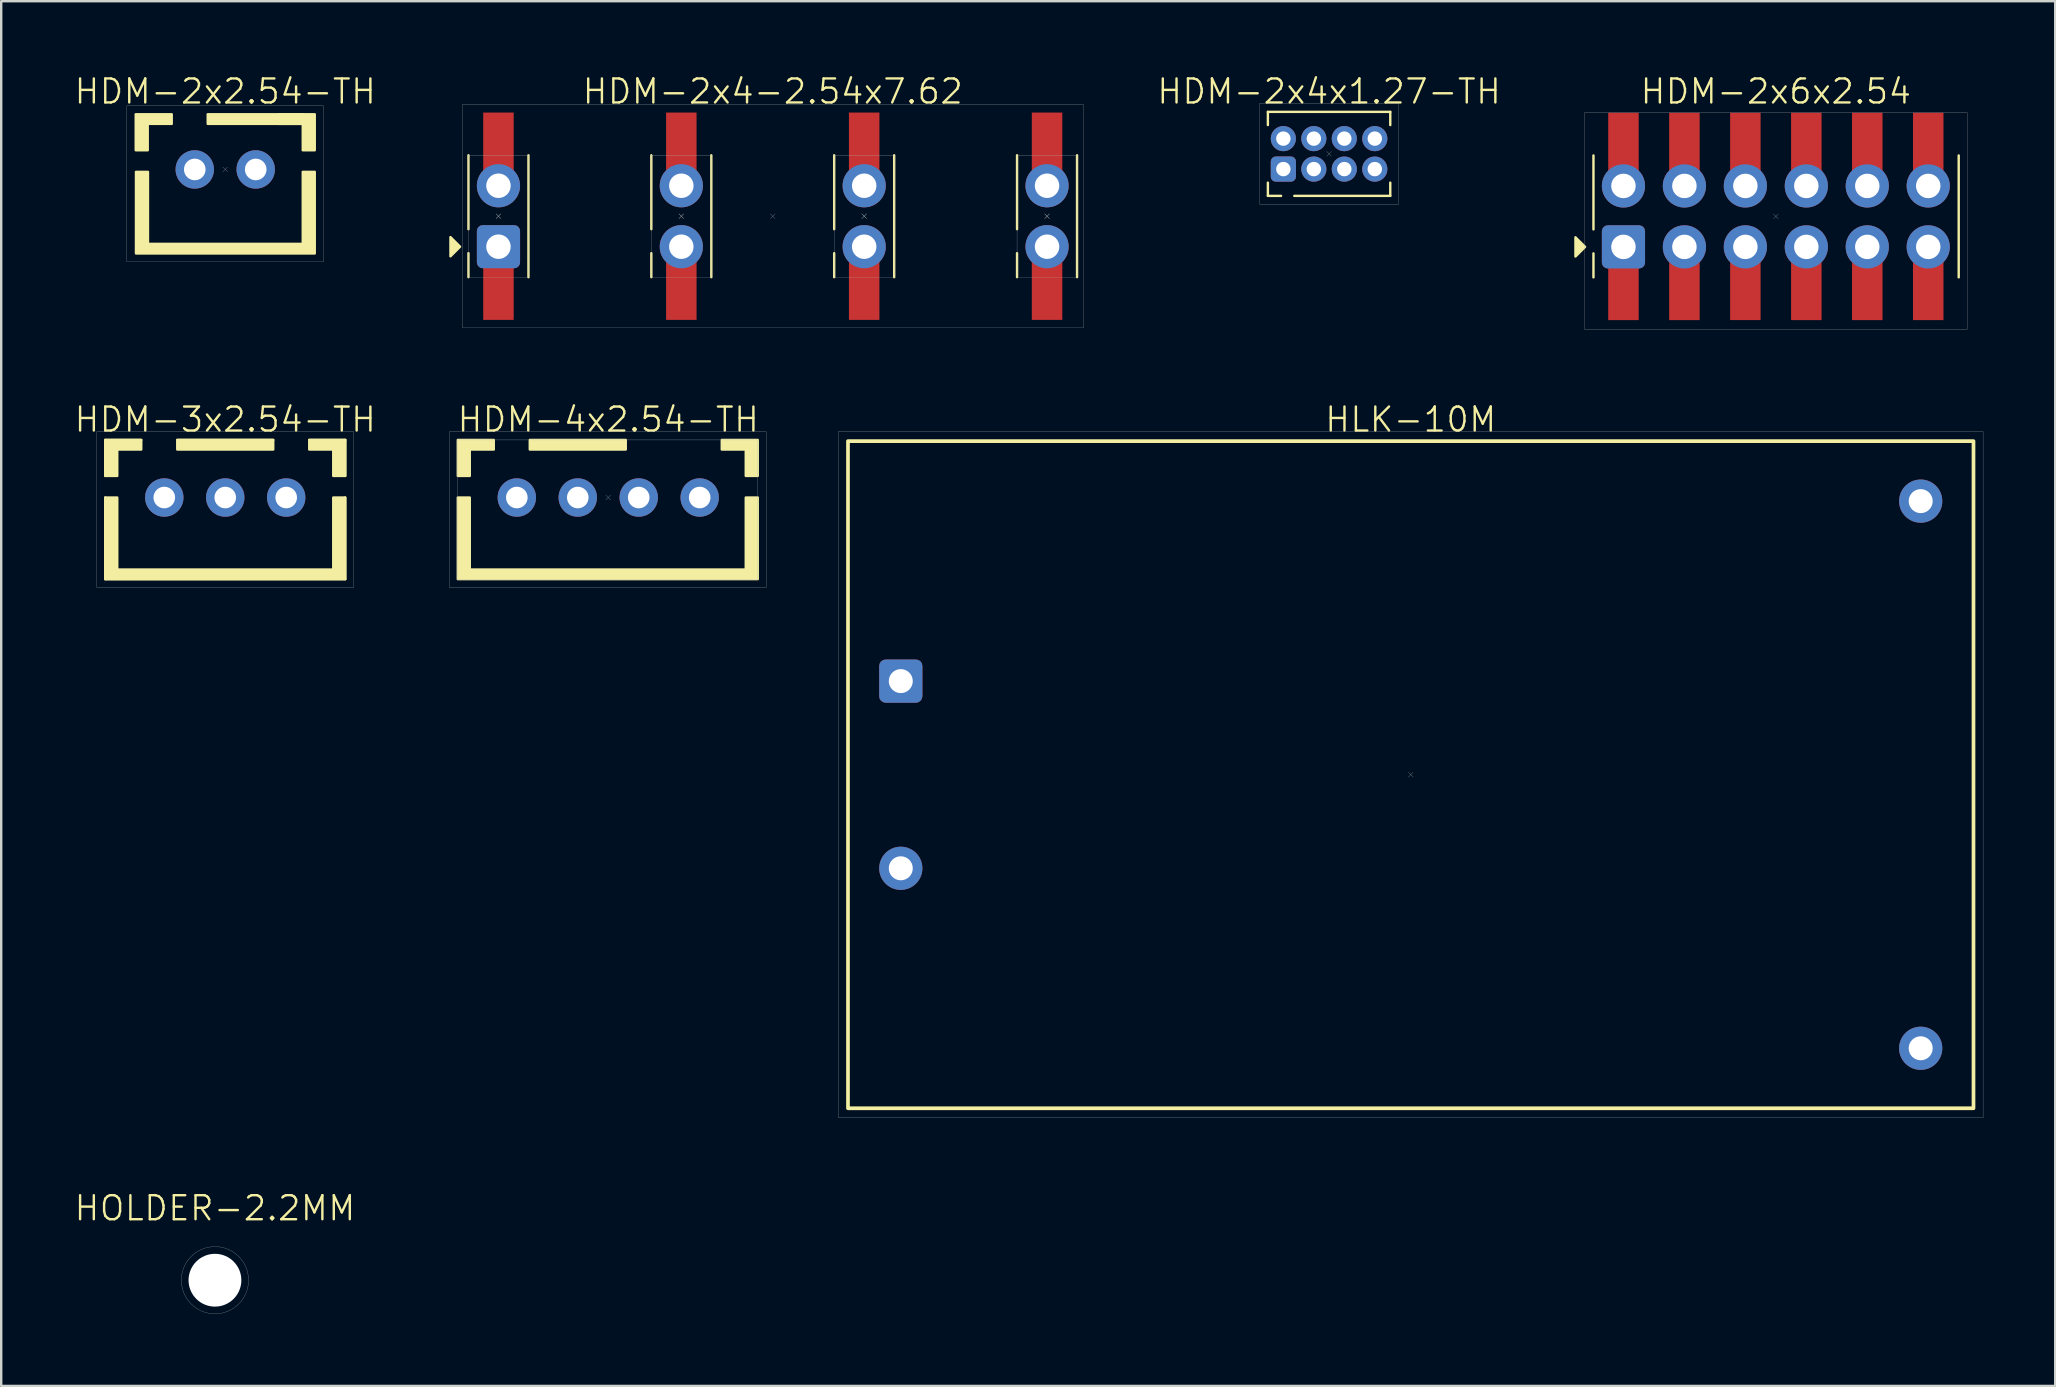
<source format=kicad_pcb>
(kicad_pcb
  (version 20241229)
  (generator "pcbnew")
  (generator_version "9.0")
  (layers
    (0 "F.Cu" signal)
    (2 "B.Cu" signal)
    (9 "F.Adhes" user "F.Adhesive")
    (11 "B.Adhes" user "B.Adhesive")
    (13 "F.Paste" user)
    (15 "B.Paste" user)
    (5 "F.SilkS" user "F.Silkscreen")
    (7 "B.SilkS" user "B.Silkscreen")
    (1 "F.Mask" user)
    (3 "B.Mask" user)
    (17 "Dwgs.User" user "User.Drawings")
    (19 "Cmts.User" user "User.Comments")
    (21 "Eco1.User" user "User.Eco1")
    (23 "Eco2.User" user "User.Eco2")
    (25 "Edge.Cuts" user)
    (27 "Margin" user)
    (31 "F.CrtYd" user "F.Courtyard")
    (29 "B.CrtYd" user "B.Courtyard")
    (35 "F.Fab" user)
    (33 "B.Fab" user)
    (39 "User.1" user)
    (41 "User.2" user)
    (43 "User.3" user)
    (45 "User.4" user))
  (footprint "HOLDER-2.2MM"
    (layer "F.Cu")
    (at 5.907 50.297)
    (property "Reference" "HOLDER-2.2MM" (at 0 -3 0) (unlocked yes) (layer "F.SilkS") (effects (font (size 1 1) (thickness 0.1))))
    (fp_circle (center 0 0) (end 1.4 0) (stroke (width 0.01) (type default)) (fill no) (layer "F.Fab"))
    (pad "" np_thru_hole circle (at 0 0 180) (size 2.2 2.2) (drill 2.2) (layers "*.Cu" "*.Mask")))
  (footprint "HDM-2x6x2.54"
    (layer "F.Cu")
    (at 70.95 5.968)
    (property "Reference" "HDM-2x6x2.54" (at 0 -5.207 0) (unlocked yes) (layer "F.SilkS") (effects (font (size 1 1) (thickness 0.1))))
    (attr through_hole)
    (fp_line (start -7.6 -2.54) (end -7.6 0.54) (stroke (width 0.1) (type default)) (layer "F.SilkS"))
    (fp_line (start -7.6 1.54) (end -7.6 2.54) (stroke (width 0.1) (type default)) (layer "F.SilkS"))
    (fp_line (start 7.62 -2.54) (end 7.62 2.54) (stroke (width 0.1) (type default)) (layer "F.SilkS"))
    (fp_poly (pts (xy -7.95 1.27) (xy -8.35 0.87) (xy -8.35 1.67)) (stroke (width 0.1) (type solid)) (fill yes) (layer "F.SilkS"))
    (fp_line (start -0.1 -0.1) (end 0.1 0.1) (stroke (width 0.01) (type default)) (layer "F.Fab"))
    (fp_line (start -0.1 0.1) (end 0.1 -0.1) (stroke (width 0.01) (type default)) (layer "F.Fab"))
    (fp_rect (start -7.981 -4.318) (end 7.981 4.699) (stroke (width 0.01) (type default)) (fill no) (layer "F.Fab"))
    (pad "1" thru_hole roundrect (at -6.35 1.27) (size 1.8 1.8) (drill 1.02) (layers "*.Cu" "*.Mask") (roundrect_rratio 0.139))
    (pad "1" smd rect (at -6.35 2.731) (size 1.27 3.18) (layers "F.Cu" "F.Mask" "F.Paste"))
    (pad "2" smd rect (at -6.35 -2.729) (size 1.27 3.18) (layers "F.Cu" "F.Mask" "F.Paste"))
    (pad "2" thru_hole circle (at -6.35 -1.27) (size 1.8 1.8) (drill 1.02) (layers "*.Cu" "*.Mask"))
    (pad "3" thru_hole circle (at -3.81 1.27) (size 1.8 1.8) (drill 1.02) (layers "*.Cu" "*.Mask"))
    (pad "3" smd rect (at -3.81 2.731) (size 1.27 3.18) (layers "F.Cu" "F.Mask" "F.Paste"))
    (pad "4" smd rect (at -3.81 -2.729) (size 1.27 3.18) (layers "F.Cu" "F.Mask" "F.Paste"))
    (pad "4" thru_hole circle (at -3.81 -1.27) (size 1.8 1.8) (drill 1.02) (layers "*.Cu" "*.Mask"))
    (pad "5" thru_hole circle (at -1.27 1.27) (size 1.8 1.8) (drill 1.02) (layers "*.Cu" "*.Mask"))
    (pad "5" smd rect (at -1.27 2.73) (size 1.27 3.18) (layers "F.Cu" "F.Mask" "F.Paste"))
    (pad "6" smd rect (at -1.27 -2.729) (size 1.27 3.18) (layers "F.Cu" "F.Mask" "F.Paste"))
    (pad "6" thru_hole circle (at -1.27 -1.27) (size 1.8 1.8) (drill 1.02) (layers "*.Cu" "*.Mask"))
    (pad "7" thru_hole circle (at 1.27 1.27) (size 1.8 1.8) (drill 1.02) (layers "*.Cu" "*.Mask"))
    (pad "7" smd rect (at 1.27 2.731) (size 1.27 3.18) (layers "F.Cu" "F.Mask" "F.Paste"))
    (pad "8" smd rect (at 1.27 -2.729) (size 1.27 3.18) (layers "F.Cu" "F.Mask" "F.Paste"))
    (pad "8" thru_hole circle (at 1.27 -1.27) (size 1.8 1.8) (drill 1.02) (layers "*.Cu" "*.Mask"))
    (pad "9" thru_hole circle (at 3.81 1.27) (size 1.8 1.8) (drill 1.02) (layers "*.Cu" "*.Mask"))
    (pad "9" smd rect (at 3.81 2.731) (size 1.27 3.18) (layers "F.Cu" "F.Mask" "F.Paste"))
    (pad "10" smd rect (at 3.81 -2.729) (size 1.27 3.18) (layers "F.Cu" "F.Mask" "F.Paste"))
    (pad "10" thru_hole circle (at 3.81 -1.27) (size 1.8 1.8) (drill 1.02) (layers "*.Cu" "*.Mask"))
    (pad "11" thru_hole circle (at 6.35 1.27) (size 1.8 1.8) (drill 1.02) (layers "*.Cu" "*.Mask"))
    (pad "11" smd rect (at 6.35 2.731) (size 1.27 3.18) (layers "F.Cu" "F.Mask" "F.Paste"))
    (pad "12" smd rect (at 6.35 -2.729) (size 1.27 3.18) (layers "F.Cu" "F.Mask" "F.Paste"))
    (pad "12" thru_hole circle (at 6.35 -1.27) (size 1.8 1.8) (drill 1.02) (layers "*.Cu" "*.Mask")))
  (footprint "HDM-3x2.54-TH"
    (layer "F.Cu")
    (at 6.336 18.182)
    (property "Reference" "HDM-3x2.54-TH" (at 0 -3.75 0) (unlocked yes) (layer "F.SilkS") (effects (font (size 1 1) (thickness 0.1))))
    (attr through_hole)
    (fp_line (start -5 -2.9) (end -5 -1.4) (stroke (width 0.1) (type default)) (layer "F.SilkS"))
    (fp_line (start -5 -0.5) (end -5 2.9) (stroke (width 0.1) (type default)) (layer "F.SilkS"))
    (fp_line (start -3.5 -2.9) (end -5 -2.9) (stroke (width 0.1) (type default)) (layer "F.SilkS"))
    (fp_line (start 2 -2.9) (end -2 -2.9) (stroke (width 0.1) (type default)) (layer "F.SilkS"))
    (fp_line (start 5 -2.9) (end 3.5 -2.9) (stroke (width 0.1) (type default)) (layer "F.SilkS"))
    (fp_line (start 5 -2.9) (end 5 -1.4) (stroke (width 0.1) (type default)) (layer "F.SilkS"))
    (fp_line (start 5 -0.5) (end 5 2.9) (stroke (width 0.1) (type default)) (layer "F.SilkS"))
    (fp_line (start 5 2.9) (end -5 2.9) (stroke (width 0.1) (type default)) (layer "F.SilkS"))
    (fp_poly (pts (xy -2 -2.9) (xy -2 -2.5) (xy 2 -2.5) (xy 2 -2.9)) (stroke (width 0.1) (type solid)) (fill yes) (layer "F.SilkS"))
    (fp_poly (pts (xy -5 -1.4) (xy -4.5 -1.4) (xy -4.5 -2.5) (xy -3.5 -2.5) (xy -3.5 -2.9) (xy -5 -2.9)) (stroke (width 0.1) (type solid)) (fill yes) (layer "F.SilkS"))
    (fp_poly (pts (xy 3.5 -2.9) (xy 3.5 -2.5) (xy 4.5 -2.5) (xy 4.5 -1.4) (xy 5 -1.4) (xy 5 -2.9)) (stroke (width 0.1) (type solid)) (fill yes) (layer "F.SilkS"))
    (fp_poly (pts (xy -5 -0.5) (xy -4.5 -0.5) (xy -4.5 2.5) (xy 4.5 2.5) (xy 4.5 -0.5) (xy 5 -0.5) (xy 5 2.9) (xy -5 2.9)) (stroke (width 0.1) (type solid)) (fill yes) (layer "F.SilkS"))
    (fp_line (start -0.1 -0.6) (end 0.1 -0.4) (stroke (width 0.01) (type default)) (layer "F.Fab"))
    (fp_line (start 0.1 -0.6) (end -0.1 -0.4) (stroke (width 0.01) (type default)) (layer "F.Fab"))
    (fp_rect (start -5.35 -3.25) (end 5.35 3.25) (stroke (width 0.01) (type default)) (fill no) (layer "F.Fab"))
    (pad "1" thru_hole circle (at -2.54 -0.5) (size 1.6 1.6) (drill 0.9) (layers "*.Cu" "*.Mask"))
    (pad "2" thru_hole circle (at 0 -0.5) (size 1.6 1.6) (drill 0.9) (layers "*.Cu" "*.Mask"))
    (pad "3" thru_hole circle (at 2.54 -0.5) (size 1.6 1.6) (drill 0.9) (layers "*.Cu" "*.Mask")))
  (footprint "HLK-10M"
    (layer "F.Cu")
    (at 55.736 29.232)
    (property "Reference" "HLK-10M" (at 0 -14.8 0) (unlocked yes) (layer "F.SilkS") (effects (font (size 1 1) (thickness 0.1))))
    (attr through_hole)
    (fp_rect (start -23.45 -13.9) (end 23.45 13.9) (stroke (width 0.154) (type default)) (fill no) (layer "F.SilkS"))
    (fp_line (start -0.1 -0.1) (end 0.1 0.1) (stroke (width 0.01) (type default)) (layer "F.Fab"))
    (fp_line (start 0.1 -0.1) (end -0.1 0.1) (stroke (width 0.01) (type default)) (layer "F.Fab"))
    (fp_rect (start -23.85 -14.3) (end 23.85 14.3) (stroke (width 0.01) (type default)) (fill no) (layer "F.Fab"))
    (pad "1" thru_hole roundrect (at -21.25 -3.9) (size 1.8 1.8) (drill 1) (layers "*.Cu" "*.Mask") (roundrect_rratio 0.15))
    (pad "2" thru_hole circle (at -21.25 3.9) (size 1.8 1.8) (drill 1) (layers "*.Cu" "*.Mask"))
    (pad "3" thru_hole circle (at 21.25 11.4) (size 1.8 1.8) (drill 1) (layers "*.Cu" "*.Mask"))
    (pad "4" thru_hole circle (at 21.25 -11.4) (size 1.8 1.8) (drill 1) (layers "*.Cu" "*.Mask")))
  (footprint "HDM-2x4-2.54x7.62"
    (layer "F.Cu")
    (at 29.151 5.96)
    (property "Reference" "HDM-2x4-2.54x7.62" (at 0 -5.199 0) (unlocked yes) (layer "F.SilkS") (effects (font (size 1 1) (thickness 0.1))))
    (attr through_hole)
    (fp_line (start -12.68 -2.54) (end -12.68 0.54) (stroke (width 0.1) (type default)) (layer "F.SilkS"))
    (fp_line (start -12.68 1.54) (end -12.68 2.54) (stroke (width 0.1) (type default)) (layer "F.SilkS"))
    (fp_line (start -10.18 -2.54) (end -10.18 2.54) (stroke (width 0.1) (type default)) (layer "F.SilkS"))
    (fp_line (start -5.06 -2.54) (end -5.06 0.54) (stroke (width 0.1) (type default)) (layer "F.SilkS"))
    (fp_line (start -5.06 1.54) (end -5.06 2.54) (stroke (width 0.1) (type default)) (layer "F.SilkS"))
    (fp_line (start -2.56 -2.54) (end -2.56 2.54) (stroke (width 0.1) (type default)) (layer "F.SilkS"))
    (fp_line (start 2.56 -2.54) (end 2.56 0.54) (stroke (width 0.1) (type default)) (layer "F.SilkS"))
    (fp_line (start 2.56 1.54) (end 2.56 2.54) (stroke (width 0.1) (type default)) (layer "F.SilkS"))
    (fp_line (start 5.06 -2.54) (end 5.06 2.54) (stroke (width 0.1) (type default)) (layer "F.SilkS"))
    (fp_line (start 10.18 -2.54) (end 10.18 0.54) (stroke (width 0.1) (type default)) (layer "F.SilkS"))
    (fp_line (start 10.18 1.54) (end 10.18 2.54) (stroke (width 0.1) (type default)) (layer "F.SilkS"))
    (fp_line (start 12.68 -2.54) (end 12.68 2.54) (stroke (width 0.1) (type default)) (layer "F.SilkS"))
    (fp_poly (pts (xy -13.03 1.27) (xy -13.43 0.87) (xy -13.43 1.67)) (stroke (width 0.1) (type solid)) (fill yes) (layer "F.SilkS"))
    (fp_line (start -11.53 -0.1) (end -11.33 0.1) (stroke (width 0.01) (type default)) (layer "F.Fab"))
    (fp_line (start -11.53 -0.1) (end -11.33 0.1) (stroke (width 0.01) (type default)) (layer "F.Fab"))
    (fp_line (start -11.53 0.1) (end -11.33 -0.1) (stroke (width 0.01) (type default)) (layer "F.Fab"))
    (fp_line (start -11.53 0.1) (end -11.33 -0.1) (stroke (width 0.01) (type default)) (layer "F.Fab"))
    (fp_line (start -3.91 -0.1) (end -3.71 0.1) (stroke (width 0.01) (type default)) (layer "F.Fab"))
    (fp_line (start -3.91 -0.1) (end -3.71 0.1) (stroke (width 0.01) (type default)) (layer "F.Fab"))
    (fp_line (start -3.91 0.1) (end -3.71 -0.1) (stroke (width 0.01) (type default)) (layer "F.Fab"))
    (fp_line (start -3.91 0.1) (end -3.71 -0.1) (stroke (width 0.01) (type default)) (layer "F.Fab"))
    (fp_line (start -0.1 -0.1) (end 0.1 0.1) (stroke (width 0.01) (type default)) (layer "F.Fab"))
    (fp_line (start -0.1 0.1) (end 0.1 -0.1) (stroke (width 0.01) (type default)) (layer "F.Fab"))
    (fp_line (start 3.71 -0.1) (end 3.91 0.1) (stroke (width 0.01) (type default)) (layer "F.Fab"))
    (fp_line (start 3.71 -0.1) (end 3.91 0.1) (stroke (width 0.01) (type default)) (layer "F.Fab"))
    (fp_line (start 3.71 0.1) (end 3.91 -0.1) (stroke (width 0.01) (type default)) (layer "F.Fab"))
    (fp_line (start 3.71 0.1) (end 3.91 -0.1) (stroke (width 0.01) (type default)) (layer "F.Fab"))
    (fp_line (start 11.33 -0.1) (end 11.53 0.1) (stroke (width 0.01) (type default)) (layer "F.Fab"))
    (fp_line (start 11.33 -0.1) (end 11.53 0.1) (stroke (width 0.01) (type default)) (layer "F.Fab"))
    (fp_line (start 11.33 0.1) (end 11.53 -0.1) (stroke (width 0.01) (type default)) (layer "F.Fab"))
    (fp_line (start 11.33 0.1) (end 11.53 -0.1) (stroke (width 0.01) (type default)) (layer "F.Fab"))
    (fp_rect (start -12.94 -4.645) (end 12.96 4.645) (stroke (width 0.01) (type default)) (fill no) (layer "F.Fab"))
    (fp_rect (start -12.68 -2.54) (end -10.18 2.54) (stroke (width 0.01) (type default)) (fill no) (layer "F.Fab"))
    (fp_rect (start -5.06 -2.54) (end -2.56 2.54) (stroke (width 0.01) (type default)) (fill no) (layer "F.Fab"))
    (fp_rect (start 2.56 -2.54) (end 5.06 2.54) (stroke (width 0.01) (type default)) (fill no) (layer "F.Fab"))
    (fp_rect (start 10.18 -2.54) (end 12.68 2.54) (stroke (width 0.01) (type default)) (fill no) (layer "F.Fab"))
    (pad "1" thru_hole roundrect (at -11.43 1.27) (size 1.8 1.8) (drill 1.02) (layers "*.Cu" "*.Mask") (roundrect_rratio 0.139))
    (pad "1" smd rect (at -11.43 2.73) (size 1.27 3.18) (layers "F.Cu" "F.Mask" "F.Paste"))
    (pad "2" smd rect (at -11.43 -2.73) (size 1.27 3.18) (layers "F.Cu" "F.Mask" "F.Paste"))
    (pad "2" thru_hole circle (at -11.43 -1.27) (size 1.8 1.8) (drill 1.02) (layers "*.Cu" "*.Mask"))
    (pad "7" thru_hole circle (at -3.81 1.27) (size 1.8 1.8) (drill 1.02) (layers "*.Cu" "*.Mask"))
    (pad "7" smd rect (at -3.81 2.73) (size 1.27 3.18) (layers "F.Cu" "F.Mask" "F.Paste"))
    (pad "8" smd rect (at -3.81 -2.73) (size 1.27 3.18) (layers "F.Cu" "F.Mask" "F.Paste"))
    (pad "8" thru_hole circle (at -3.81 -1.27) (size 1.8 1.8) (drill 1.02) (layers "*.Cu" "*.Mask"))
    (pad "13" thru_hole circle (at 3.81 1.27) (size 1.8 1.8) (drill 1.02) (layers "*.Cu" "*.Mask"))
    (pad "13" smd rect (at 3.81 2.73) (size 1.27 3.18) (layers "F.Cu" "F.Mask" "F.Paste"))
    (pad "14" smd rect (at 3.81 -2.73) (size 1.27 3.18) (layers "F.Cu" "F.Mask" "F.Paste"))
    (pad "14" thru_hole circle (at 3.81 -1.27) (size 1.8 1.8) (drill 1.02) (layers "*.Cu" "*.Mask"))
    (pad "19" thru_hole circle (at 11.43 1.27) (size 1.8 1.8) (drill 1.02) (layers "*.Cu" "*.Mask"))
    (pad "19" smd rect (at 11.43 2.73) (size 1.27 3.18) (layers "F.Cu" "F.Mask" "F.Paste"))
    (pad "20" smd rect (at 11.43 -2.73) (size 1.27 3.18) (layers "F.Cu" "F.Mask" "F.Paste"))
    (pad "20" thru_hole circle (at 11.43 -1.27) (size 1.8 1.8) (drill 1.02) (layers "*.Cu" "*.Mask")))
  (footprint "HDM-2x4x1.27-TH"
    (layer "F.Cu")
    (at 52.333 3.361)
    (property "Reference" "HDM-2x4x1.27-TH" (at 0 -2.6 0) (unlocked yes) (layer "F.SilkS") (effects (font (size 1 1) (thickness 0.1))))
    (attr through_hole)
    (fp_line (start -2.55 -1.75) (end -2.55 -1.2) (stroke (width 0.1) (type default)) (layer "F.SilkS"))
    (fp_line (start -2.55 1.2) (end -2.55 1.75) (stroke (width 0.1) (type default)) (layer "F.SilkS"))
    (fp_line (start -2.55 1.75) (end -2 1.75) (stroke (width 0.1) (type default)) (layer "F.SilkS"))
    (fp_line (start 2.55 -1.75) (end -2.55 -1.75) (stroke (width 0.1) (type default)) (layer "F.SilkS"))
    (fp_line (start 2.55 -1.75) (end 2.55 -1.2) (stroke (width 0.1) (type default)) (layer "F.SilkS"))
    (fp_line (start 2.55 1.2) (end 2.55 1.75) (stroke (width 0.1) (type default)) (layer "F.SilkS"))
    (fp_line (start 2.55 1.75) (end -1.45 1.75) (stroke (width 0.1) (type default)) (layer "F.SilkS"))
    (fp_line (start -0.1 -0.1) (end 0.1 0.1) (stroke (width 0.01) (type default)) (layer "F.Fab"))
    (fp_line (start 0.1 -0.1) (end -0.1 0.1) (stroke (width 0.01) (type default)) (layer "F.Fab"))
    (fp_rect (start -2.9 -2.1) (end 2.9 2.1) (stroke (width 0.01) (type default)) (fill no) (layer "F.Fab"))
    (pad "1" thru_hole roundrect (at -1.905 0.635) (size 1.05 1.05) (drill 0.6) (layers "*.Cu" "*.Mask") (roundrect_rratio 0.2))
    (pad "2" thru_hole circle (at -1.905 -0.635) (size 1.05 1.05) (drill 0.6) (layers "*.Cu" "*.Mask"))
    (pad "3" thru_hole circle (at -0.635 0.635) (size 1.05 1.05) (drill 0.6) (layers "*.Cu" "*.Mask"))
    (pad "4" thru_hole circle (at -0.635 -0.635) (size 1.05 1.05) (drill 0.6) (layers "*.Cu" "*.Mask"))
    (pad "5" thru_hole circle (at 0.635 0.635) (size 1.05 1.05) (drill 0.6) (layers "*.Cu" "*.Mask"))
    (pad "6" thru_hole circle (at 0.635 -0.635) (size 1.05 1.05) (drill 0.6) (layers "*.Cu" "*.Mask"))
    (pad "7" thru_hole circle (at 1.905 0.635) (size 1.05 1.05) (drill 0.6) (layers "*.Cu" "*.Mask"))
    (pad "8" thru_hole circle (at 1.905 -0.635) (size 1.05 1.05) (drill 0.6) (layers "*.Cu" "*.Mask")))
  (footprint "HDM-4x2.54-TH"
    (layer "F.Cu")
    (at 22.296 17.682)
    (property "Reference" "HDM-4x2.54-TH" (at 0 -3.25 0) (unlocked yes) (layer "F.SilkS") (effects (font (size 1 1) (thickness 0.1))))
    (attr through_hole)
    (fp_poly (pts (xy -3.27 -2.4) (xy -3.27 -2) (xy 0.73 -2) (xy 0.73 -2.4)) (stroke (width 0.1) (type solid)) (fill yes) (layer "F.SilkS"))
    (fp_poly (pts (xy -6.27 -0.9) (xy -5.77 -0.9) (xy -5.77 -2) (xy -4.77 -2) (xy -4.77 -2.4) (xy -6.27 -2.4)) (stroke (width 0.1) (type solid)) (fill yes) (layer "F.SilkS"))
    (fp_poly (pts (xy 4.73 -2.4) (xy 4.73 -2) (xy 5.73 -2) (xy 5.73 -0.9) (xy 6.23 -0.9) (xy 6.23 -2.4)) (stroke (width 0.1) (type solid)) (fill yes) (layer "F.SilkS"))
    (fp_poly (pts (xy -6.27 0) (xy -5.77 0) (xy -5.77 3) (xy 5.73 3) (xy 5.73 0) (xy 6.23 0) (xy 6.23 3.4) (xy -6.27 3.4)) (stroke (width 0.1) (type solid)) (fill yes) (layer "F.SilkS"))
    (fp_line (start -0.1 -0.1) (end 0.1 0.1) (stroke (width 0.01) (type default)) (layer "F.Fab"))
    (fp_line (start 0.1 -0.1) (end -0.1 0.1) (stroke (width 0.01) (type default)) (layer "F.Fab"))
    (fp_rect (start -6.62 -2.75) (end 6.58 3.75) (stroke (width 0.01) (type default)) (fill no) (layer "F.Fab"))
    (fp_rect (start -6.27 -2.4) (end 6.23 3.4) (stroke (width 0.01) (type default)) (fill no) (layer "F.Fab"))
    (pad "1" thru_hole circle (at -3.81 0) (size 1.6 1.6) (drill 0.9) (layers "*.Cu" "*.Mask"))
    (pad "2" thru_hole circle (at -1.27 0) (size 1.6 1.6) (drill 0.9) (layers "*.Cu" "*.Mask"))
    (pad "3" thru_hole circle (at 1.27 0) (size 1.6 1.6) (drill 0.9) (layers "*.Cu" "*.Mask"))
    (pad "4" thru_hole circle (at 3.81 0) (size 1.6 1.6) (drill 0.9) (layers "*.Cu" "*.Mask")))
  (footprint "HDM-2x2.54-TH"
    (layer "F.Cu")
    (at 6.336 4.011)
    (property "Reference" "HDM-2x2.54-TH" (at 0 -3.25 0) (unlocked yes) (layer "F.SilkS") (effects (font (size 1 1) (thickness 0.1))))
    (attr through_hole)
    (fp_poly (pts (xy -0.73 -2.3) (xy -0.73 -1.9) (xy 3.27 -1.9) (xy 3.27 -2.3)) (stroke (width 0.1) (type solid)) (fill yes) (layer "F.SilkS"))
    (fp_poly (pts (xy -3.73 -0.8) (xy -3.23 -0.8) (xy -3.23 -1.9) (xy -2.23 -1.9) (xy -2.23 -2.3) (xy -3.73 -2.3)) (stroke (width 0.1) (type solid)) (fill yes) (layer "F.SilkS"))
    (fp_poly (pts (xy 2.23 -2.3) (xy 2.23 -1.9) (xy 3.23 -1.9) (xy 3.23 -0.8) (xy 3.73 -0.8) (xy 3.73 -2.3)) (stroke (width 0.1) (type solid)) (fill yes) (layer "F.SilkS"))
    (fp_poly (pts (xy -3.72 0.1) (xy -3.22 0.1) (xy -3.22 3.1) (xy 3.23 3.1) (xy 3.23 0.1) (xy 3.73 0.1) (xy 3.73 3.5) (xy -3.72 3.5)) (stroke (width 0.1) (type solid)) (fill yes) (layer "F.SilkS"))
    (fp_line (start -0.1 -0.1) (end 0.1 0.1) (stroke (width 0.01) (type default)) (layer "F.Fab"))
    (fp_line (start 0.1 -0.1) (end -0.1 0.1) (stroke (width 0.01) (type default)) (layer "F.Fab"))
    (fp_rect (start -4.1 -2.65) (end 4.1 3.85) (stroke (width 0.01) (type default)) (fill no) (layer "F.Fab"))
    (pad "1" thru_hole circle (at -1.27 0) (size 1.6 1.6) (drill 0.9) (layers "*.Cu" "*.Mask"))
    (pad "2" thru_hole circle (at 1.27 0) (size 1.6 1.6) (drill 0.9) (layers "*.Cu" "*.Mask")))
  (gr_rect
    (start -3 -3)
    (end 82.591 54.703)
    (stroke (width 0.1) (type default))
    (fill no)
    (layer "Edge.Cuts")))
</source>
